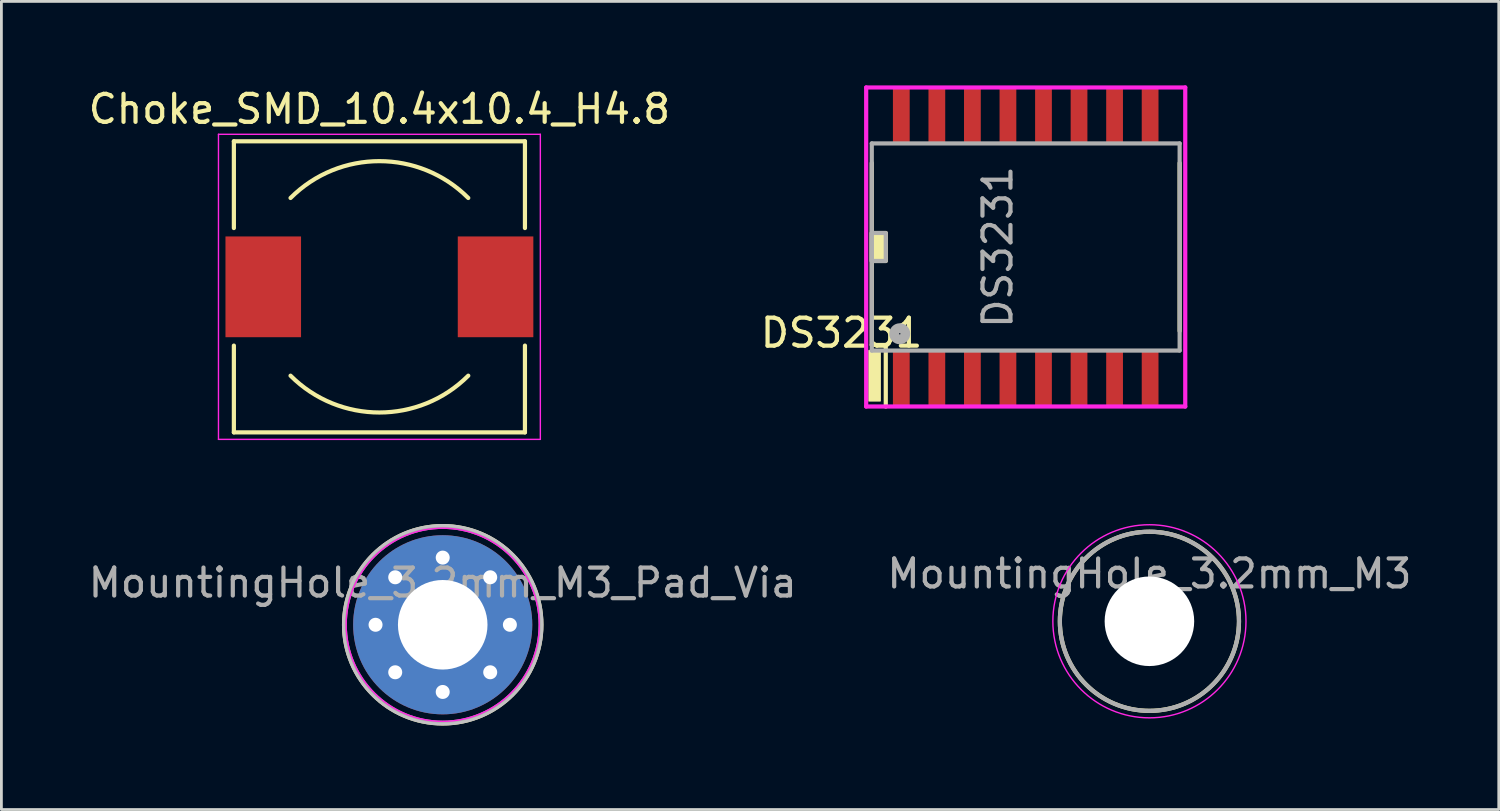
<source format=kicad_pcb>
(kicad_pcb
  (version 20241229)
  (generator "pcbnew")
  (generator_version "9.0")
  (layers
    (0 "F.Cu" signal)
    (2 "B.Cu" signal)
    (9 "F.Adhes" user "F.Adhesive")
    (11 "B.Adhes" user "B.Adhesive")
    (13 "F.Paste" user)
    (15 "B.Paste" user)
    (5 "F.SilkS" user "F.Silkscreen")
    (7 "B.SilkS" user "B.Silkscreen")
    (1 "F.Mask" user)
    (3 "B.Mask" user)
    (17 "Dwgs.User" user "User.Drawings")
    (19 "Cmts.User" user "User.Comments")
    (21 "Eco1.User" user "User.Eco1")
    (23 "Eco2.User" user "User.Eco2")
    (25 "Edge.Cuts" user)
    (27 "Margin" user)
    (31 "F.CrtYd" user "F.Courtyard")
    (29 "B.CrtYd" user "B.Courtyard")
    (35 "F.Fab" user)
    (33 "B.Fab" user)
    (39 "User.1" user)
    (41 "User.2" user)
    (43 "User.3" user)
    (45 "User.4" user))
  (footprint "MountingHole_3.2mm_M3"
    (layer "F.Cu")
    (at 38.018 19.148)
    (property "Reference" "MountingHole_3.2mm_M3" (at 0 -1.7 0) (layer "F.Fab") (effects (font (size 1 1) (thickness 0.15))))
    (attr exclude_from_pos_files exclude_from_bom)
    (fp_circle (center 0 0) (end 3.2 0) (stroke (width 0.15) (type solid)) (fill no) (layer "F.SilkS"))
    (fp_circle (center 0 0) (end 3.45 0) (stroke (width 0.05) (type solid)) (fill no) (layer "F.CrtYd"))
    (fp_circle (center 0 0) (end -3.2 0) (stroke (width 0.15) (type solid)) (fill no) (layer "F.Fab"))
    (pad "" np_thru_hole circle (at 0 0) (size 3.2 3.2) (drill 3.2) (layers "*.Cu" "*.Mask")))
  (footprint "DS3231"
    (layer "F.Cu")
    (at 33.598 5.775)
    (property "Reference" "DS3231" (at -6.58 3.07 180) (layer "F.SilkS") (effects (font (size 1 1) (thickness 0.15))))
    (attr smd)
    (fp_line (start -5.5 -3) (end -5.5 3.5) (stroke (width 0.15) (type solid)) (layer "F.SilkS"))
    (fp_line (start -5.5 3.5) (end -5 3.5) (stroke (width 0.15) (type solid)) (layer "F.SilkS"))
    (fp_line (start -5 3.5) (end -5 5.7) (stroke (width 0.15) (type solid)) (layer "F.SilkS"))
    (fp_line (start 5.5 3) (end 5.5 -3) (stroke (width 0.15) (type solid)) (layer "F.SilkS"))
    (fp_poly (pts (xy -5.6 3.7) (xy -5.2 3.7) (xy -5.2 5.5) (xy -5.6 5.5)) (stroke (width 0.05) (type solid)) (fill yes) (layer "F.SilkS"))
    (fp_poly (pts (xy -5.5 -0.5) (xy -5 -0.5) (xy -5 0.5) (xy -5.5 0.5)) (stroke (width 0.15) (type solid)) (fill yes) (layer "F.SilkS"))
    (fp_line (start -5.7 -5.7) (end 5.7 -5.7) (stroke (width 0.15) (type solid)) (layer "F.CrtYd"))
    (fp_line (start -5.7 5.7) (end -5.7 -5.7) (stroke (width 0.15) (type solid)) (layer "F.CrtYd"))
    (fp_line (start 5.7 -5.7) (end 5.7 5.7) (stroke (width 0.15) (type solid)) (layer "F.CrtYd"))
    (fp_line (start 5.7 5.7) (end -5.7 5.7) (stroke (width 0.15) (type solid)) (layer "F.CrtYd"))
    (fp_line (start -5.5 -3.7) (end 5.5 -3.7) (stroke (width 0.15) (type solid)) (layer "F.Fab"))
    (fp_line (start -5.5 3.7) (end -5.5 -3.7) (stroke (width 0.15) (type solid)) (layer "F.Fab"))
    (fp_line (start 5.5 -3.7) (end 5.5 3.7) (stroke (width 0.15) (type solid)) (layer "F.Fab"))
    (fp_line (start 5.5 3.7) (end -5.5 3.7) (stroke (width 0.15) (type solid)) (layer "F.Fab"))
    (fp_circle (center -4.5 3.1) (end -4.4 3.1) (stroke (width 0.15) (type solid)) (fill no) (layer "F.Fab"))
    (fp_circle (center -4.5 3.1) (end -4.3 3.1) (stroke (width 0.15) (type solid)) (fill no) (layer "F.Fab"))
    (fp_circle (center -4.5 3.1) (end -4.2 3.1) (stroke (width 0.15) (type solid)) (fill no) (layer "F.Fab"))
    (fp_poly (pts (xy -5.5 -0.5) (xy -5 -0.5) (xy -5 0.5) (xy -5.5 0.5)) (stroke (width 0.15) (type solid)) (fill no) (layer "F.Fab"))
    (fp_text user "${REFERENCE}" (at -1 0 90) (layer "F.Fab") (effects (font (size 1 1) (thickness 0.15))))
    (pad "1" smd rect (at -4.445 4.651) (size 0.599 1.999) (layers "F.Cu" "F.Mask" "F.Paste"))
    (pad "2" smd rect (at -3.175 4.651) (size 0.599 1.999) (layers "F.Cu" "F.Mask" "F.Paste"))
    (pad "3" smd rect (at -1.905 4.651) (size 0.599 1.999) (layers "F.Cu" "F.Mask" "F.Paste"))
    (pad "4" smd rect (at -0.635 4.651) (size 0.599 1.999) (layers "F.Cu" "F.Mask" "F.Paste"))
    (pad "5" smd rect (at 0.635 4.651) (size 0.599 1.999) (layers "F.Cu" "F.Mask" "F.Paste"))
    (pad "6" smd rect (at 1.905 4.651) (size 0.599 1.999) (layers "F.Cu" "F.Mask" "F.Paste"))
    (pad "7" smd rect (at 3.175 4.651) (size 0.599 1.999) (layers "F.Cu" "F.Mask" "F.Paste"))
    (pad "8" smd rect (at 4.445 4.651) (size 0.599 1.999) (layers "F.Cu" "F.Mask" "F.Paste"))
    (pad "9" smd rect (at 4.445 -4.651) (size 0.599 1.999) (layers "F.Cu" "F.Mask" "F.Paste"))
    (pad "10" smd rect (at 3.175 -4.651) (size 0.599 1.999) (layers "F.Cu" "F.Mask" "F.Paste"))
    (pad "11" smd rect (at 1.905 -4.651) (size 0.599 1.999) (layers "F.Cu" "F.Mask" "F.Paste"))
    (pad "12" smd rect (at 0.635 -4.651) (size 0.599 1.999) (layers "F.Cu" "F.Mask" "F.Paste"))
    (pad "13" smd rect (at -0.635 -4.651) (size 0.599 1.999) (layers "F.Cu" "F.Mask" "F.Paste"))
    (pad "14" smd rect (at -1.905 -4.651) (size 0.599 1.999) (layers "F.Cu" "F.Mask" "F.Paste"))
    (pad "15" smd rect (at -3.175 -4.651) (size 0.599 1.999) (layers "F.Cu" "F.Mask" "F.Paste"))
    (pad "16" smd rect (at -4.445 -4.651) (size 0.599 1.999) (layers "F.Cu" "F.Mask" "F.Paste")))
  (footprint "Choke_SMD_10.4x10.4_H4.8"
    (layer "F.Cu")
    (at 10.506 7.198)
    (property "Reference" "Choke_SMD_10.4x10.4_H4.8" (at 0 -6.35 0) (layer "F.SilkS") (effects (font (size 1 1) (thickness 0.15))))
    (attr smd)
    (fp_line (start -5.2 -5.2) (end -5.2 -2.1) (stroke (width 0.15) (type solid)) (layer "F.SilkS"))
    (fp_line (start -5.2 -5.2) (end 5.2 -5.2) (stroke (width 0.15) (type solid)) (layer "F.SilkS"))
    (fp_line (start -5.2 5.2) (end -5.2 2.1) (stroke (width 0.15) (type solid)) (layer "F.SilkS"))
    (fp_line (start -5.2 5.2) (end 5.2 5.2) (stroke (width 0.15) (type solid)) (layer "F.SilkS"))
    (fp_line (start 5.2 -5.2) (end 5.2 -2.1) (stroke (width 0.15) (type solid)) (layer "F.SilkS"))
    (fp_line (start 5.2 5.2) (end 5.2 2.1) (stroke (width 0.15) (type solid)) (layer "F.SilkS"))
    (fp_arc (start -3.175 -3.175) (mid 0 -4.490128) (end 3.175 -3.175) (stroke (width 0.15) (type solid)) (layer "F.SilkS"))
    (fp_arc (start 3.175 3.175) (mid 0 4.490128) (end -3.175 3.175) (stroke (width 0.15) (type solid)) (layer "F.SilkS"))
    (fp_line (start -5.75 -5.45) (end -5.75 5.45) (stroke (width 0.05) (type solid)) (layer "F.CrtYd"))
    (fp_line (start -5.75 5.45) (end 5.75 5.45) (stroke (width 0.05) (type solid)) (layer "F.CrtYd"))
    (fp_line (start 5.75 -5.45) (end -5.75 -5.45) (stroke (width 0.05) (type solid)) (layer "F.CrtYd"))
    (fp_line (start 5.75 5.45) (end 5.75 -5.45) (stroke (width 0.05) (type solid)) (layer "F.CrtYd"))
    (pad "1" smd rect (at -4.15 0) (size 2.7 3.6) (layers "F.Cu" "F.Mask" "F.Paste"))
    (pad "2" smd rect (at 4.15 0) (size 2.7 3.6) (layers "F.Cu" "F.Mask" "F.Paste")))
  (footprint "MountingHole_3.2mm_M3_Pad_Via"
    (layer "F.Cu")
    (at 12.768 19.273)
    (property "Reference" "MountingHole_3.2mm_M3_Pad_Via" (at 0 -1.5 0) (layer "F.Fab") (effects (font (size 1 1) (thickness 0.15))))
    (attr exclude_from_pos_files exclude_from_bom)
    (fp_circle (center 0 0) (end 3.55 0) (stroke (width 0.1) (type solid)) (fill no) (layer "F.SilkS"))
    (fp_circle (center 0 0) (end 3.55 0) (stroke (width 0.1) (type solid)) (fill no) (layer "Dwgs.User"))
    (fp_circle (center 0 0) (end 3.45 0) (stroke (width 0.05) (type solid)) (fill no) (layer "F.CrtYd"))
    (fp_circle (center 0 0) (end 3.5 0) (stroke (width 0.15) (type solid)) (fill no) (layer "F.Fab"))
    (pad "1" thru_hole circle (at -2.4 0) (size 0.8 0.8) (drill 0.5) (layers "*.Cu" "*.Mask"))
    (pad "1" thru_hole circle (at -1.697 -1.697) (size 0.8 0.8) (drill 0.5) (layers "*.Cu" "*.Mask"))
    (pad "1" thru_hole circle (at -1.697 1.697) (size 0.8 0.8) (drill 0.5) (layers "*.Cu" "*.Mask"))
    (pad "1" thru_hole circle (at 0 -2.4) (size 0.8 0.8) (drill 0.5) (layers "*.Cu" "*.Mask"))
    (pad "1" thru_hole circle (at 0 0) (size 6.4 6.4) (drill 3.2) (layers "*.Cu" "*.Mask"))
    (pad "1" thru_hole circle (at 0 2.4) (size 0.8 0.8) (drill 0.5) (layers "*.Cu" "*.Mask"))
    (pad "1" thru_hole circle (at 1.697 -1.697) (size 0.8 0.8) (drill 0.5) (layers "*.Cu" "*.Mask"))
    (pad "1" thru_hole circle (at 1.697 1.697) (size 0.8 0.8) (drill 0.5) (layers "*.Cu" "*.Mask"))
    (pad "1" thru_hole circle (at 2.4 0) (size 0.8 0.8) (drill 0.5) (layers "*.Cu" "*.Mask")))
  (gr_rect
    (start -3 -3)
    (end 50.5 25.873)
    (stroke (width 0.1) (type default))
    (fill no)
    (layer "Edge.Cuts")))
</source>
